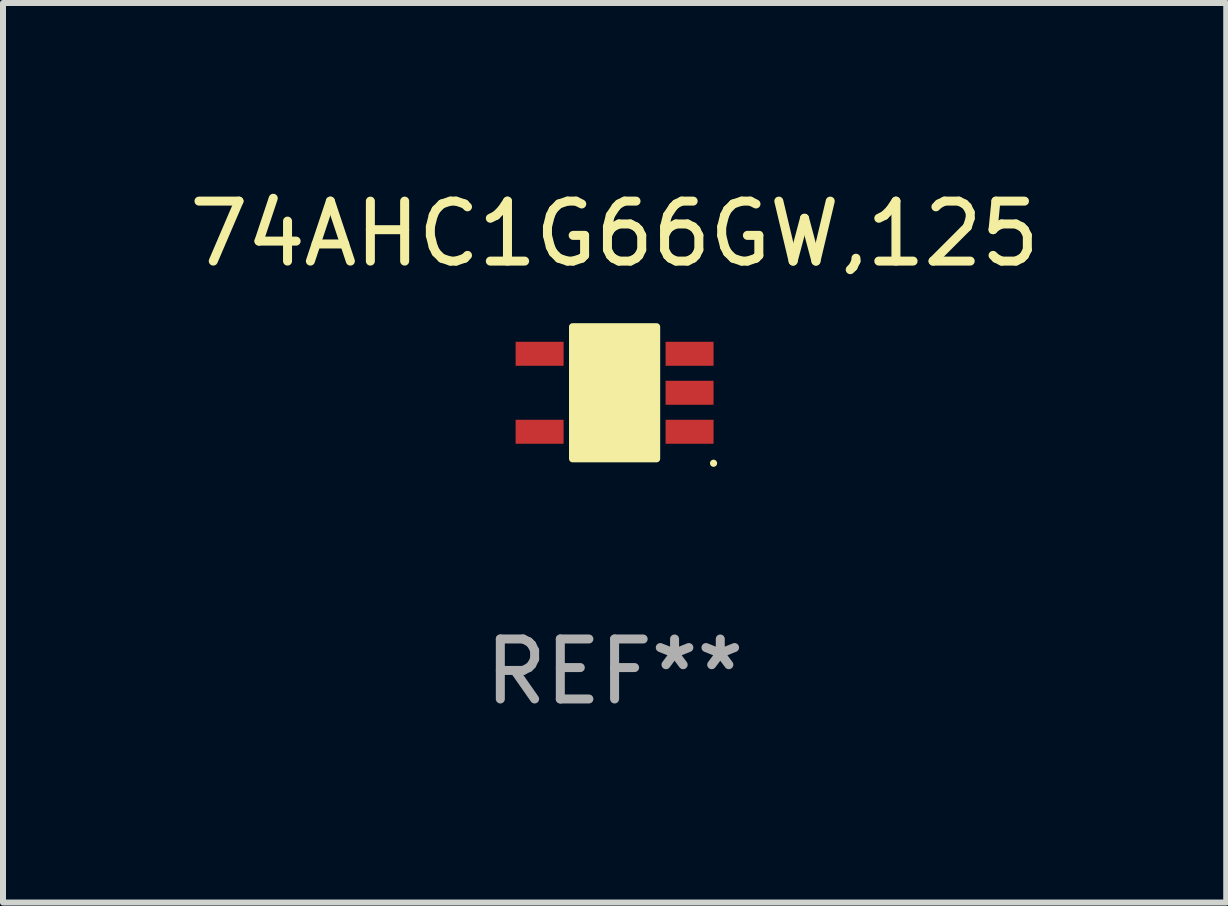
<source format=kicad_pcb>
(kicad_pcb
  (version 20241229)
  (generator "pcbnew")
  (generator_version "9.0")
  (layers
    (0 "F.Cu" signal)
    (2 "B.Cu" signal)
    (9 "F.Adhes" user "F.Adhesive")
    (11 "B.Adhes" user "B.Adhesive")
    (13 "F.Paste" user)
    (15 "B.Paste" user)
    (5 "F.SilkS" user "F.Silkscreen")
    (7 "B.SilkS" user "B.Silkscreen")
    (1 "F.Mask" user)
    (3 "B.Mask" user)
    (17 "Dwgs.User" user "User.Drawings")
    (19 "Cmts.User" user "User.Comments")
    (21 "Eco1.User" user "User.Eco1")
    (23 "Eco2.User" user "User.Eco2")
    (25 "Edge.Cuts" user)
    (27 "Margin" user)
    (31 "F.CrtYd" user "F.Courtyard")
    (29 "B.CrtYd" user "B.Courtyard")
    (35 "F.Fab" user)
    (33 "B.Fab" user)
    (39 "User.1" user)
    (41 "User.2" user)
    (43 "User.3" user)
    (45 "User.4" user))
  (footprint "74AHC1G66GW,125"
    (layer "F.Cu")
    (at 7.196 3.498)
    (property "Reference" "74AHC1G66GW,125" (at 0 -2.65 0) (layer "F.SilkS") (effects (font (size 1 1) (thickness 0.15))))
    (attr through_hole)
    (fp_arc (start 0.381001 0.637541) (mid 0.380995 0.636271) (end 0.381001 0.635001) (stroke (width 0.24892) (type solid)) (layer "F.SilkS"))
    (fp_circle (center 1.65 1.175) (end 1.68 1.175) (stroke (width 0.06) (type solid)) (fill no) (layer "F.SilkS"))
    (fp_poly (pts (xy -0.7 -1.1) (xy 0.7 -1.1) (xy 0.7 1.1) (xy -0.7 1.1)) (stroke (width 0.12) (type solid)) (fill yes) (layer "F.SilkS"))
    (fp_text user "REF**" (at 0 4.65 0) (layer "F.Fab") (effects (font (size 1 1) (thickness 0.15))))
    (pad "1" smd rect (at 1.25 0.65 270) (size 0.4 0.8) (layers "F.Cu" "F.Mask" "F.Paste"))
    (pad "2" smd rect (at 1.25 0 270) (size 0.4 0.8) (layers "F.Cu" "F.Mask" "F.Paste"))
    (pad "3" smd rect (at 1.25 -0.65 270) (size 0.4 0.8) (layers "F.Cu" "F.Mask" "F.Paste"))
    (pad "4" smd rect (at -1.25 -0.65 270) (size 0.4 0.8) (layers "F.Cu" "F.Mask" "F.Paste"))
    (pad "5" smd rect (at -1.25 0.65 270) (size 0.4 0.8) (layers "F.Cu" "F.Mask" "F.Paste")))
  (gr_rect
    (start -3 -3)
    (end 17.393 11.996)
    (stroke (width 0.1) (type default))
    (fill no)
    (layer "Edge.Cuts")))
</source>
